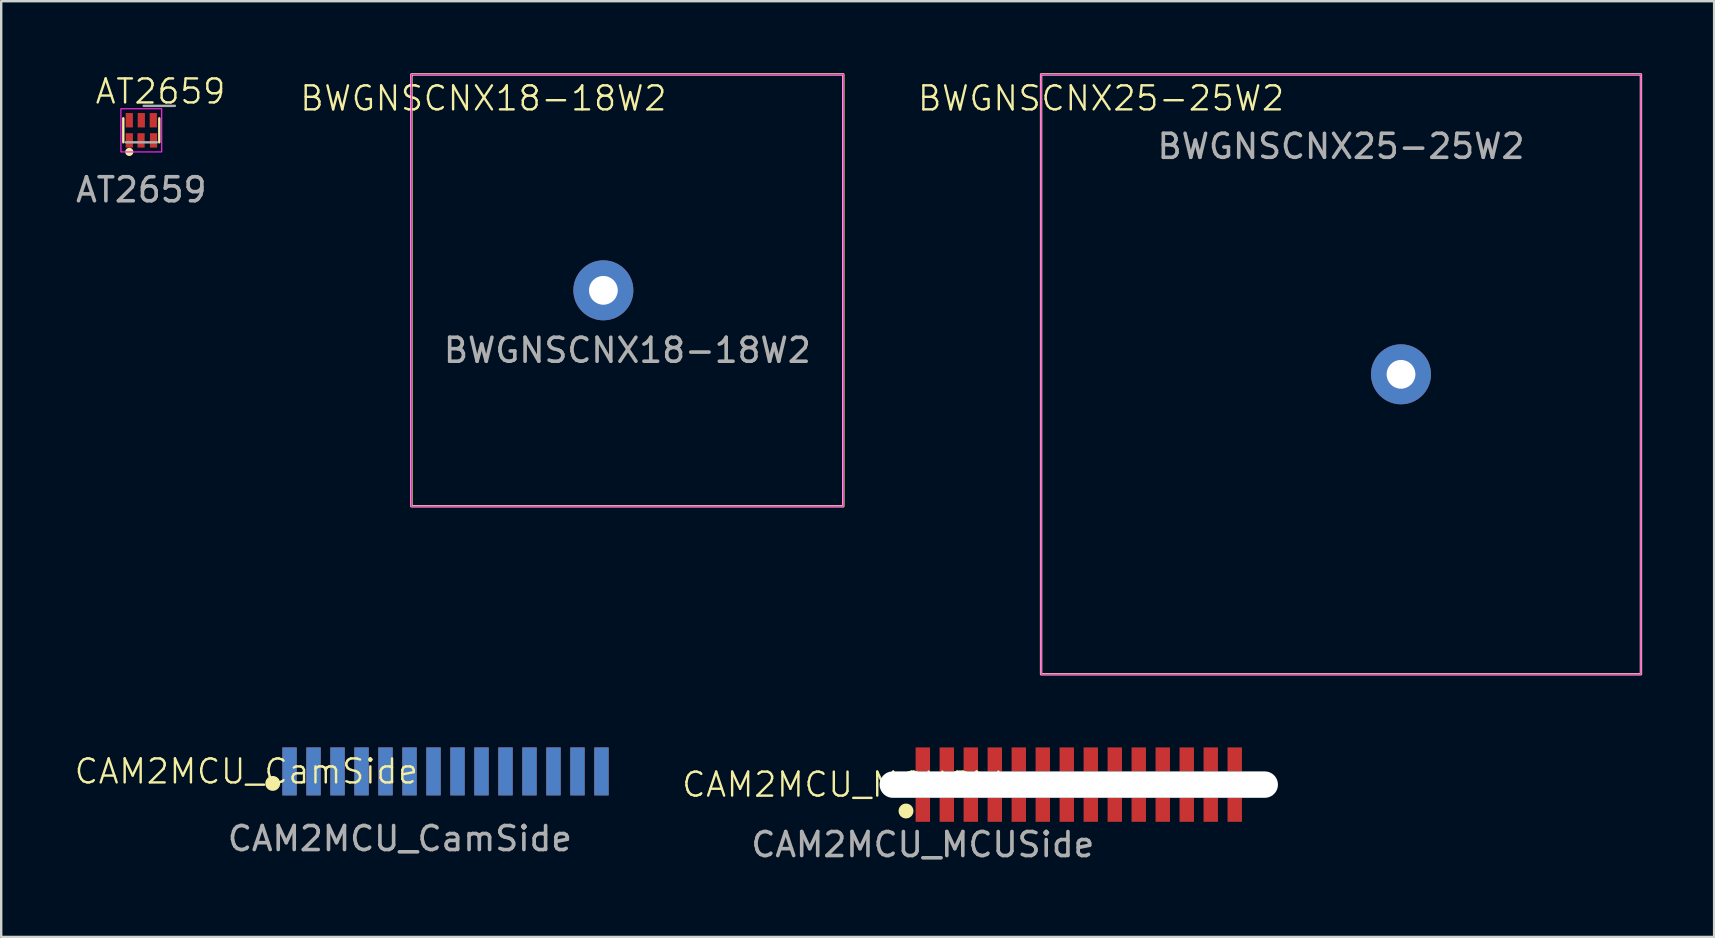
<source format=kicad_pcb>
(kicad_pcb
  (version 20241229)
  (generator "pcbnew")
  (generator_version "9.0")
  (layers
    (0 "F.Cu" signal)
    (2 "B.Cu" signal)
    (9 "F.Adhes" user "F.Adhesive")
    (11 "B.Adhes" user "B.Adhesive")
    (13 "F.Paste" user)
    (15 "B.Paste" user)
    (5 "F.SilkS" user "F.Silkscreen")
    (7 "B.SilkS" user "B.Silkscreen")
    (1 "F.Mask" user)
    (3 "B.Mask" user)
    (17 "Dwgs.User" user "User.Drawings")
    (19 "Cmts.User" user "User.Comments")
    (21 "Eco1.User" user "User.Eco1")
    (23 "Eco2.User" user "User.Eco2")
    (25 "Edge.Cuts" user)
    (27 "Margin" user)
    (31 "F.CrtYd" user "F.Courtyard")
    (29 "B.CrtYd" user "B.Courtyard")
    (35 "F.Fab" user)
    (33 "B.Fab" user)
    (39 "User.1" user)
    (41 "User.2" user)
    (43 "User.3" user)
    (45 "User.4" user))
  (footprint "AT2659"
    (layer "F.Cu")
    (at 2.839 2.361)
    (property "Reference" "AT2659" (at 0.8 -1.6 0) (unlocked yes) (layer "F.SilkS") (effects (font (size 1 1) (thickness 0.1))))
    (attr smd)
    (fp_line (start -0.75 -0.48) (end -0.75 0.52) (stroke (width 0.1) (type default)) (layer "F.SilkS"))
    (fp_line (start 0.75 -0.48) (end 0.75 0.52) (stroke (width 0.1) (type default)) (layer "F.SilkS"))
    (fp_circle (center -0.5 0.92) (end -0.38 0.92) (stroke (width 0.1) (type solid)) (fill yes) (layer "F.SilkS"))
    (fp_rect (start -0.85 -0.88) (end 0.85 0.92) (stroke (width 0.05) (type default)) (fill no) (layer "F.CrtYd"))
    (fp_line (start -0.65 0.52) (end 0.65 0.52) (stroke (width 0.1) (type default)) (layer "F.Fab"))
    (fp_line (start 0.1 -1) (end 1.4 -1) (stroke (width 0.1) (type default)) (layer "F.Fab"))
    (fp_text user "${REFERENCE}" (at 0 2.5 0) (unlocked yes) (layer "F.Fab") (effects (font (size 1 1) (thickness 0.15))))
    (pad "1" smd rect (at -0.5 0.44) (size 0.3 0.6) (layers "F.Cu" "F.Mask" "F.Paste"))
    (pad "2" smd rect (at -0.01 0.44) (size 0.3 0.6) (layers "F.Cu" "F.Mask" "F.Paste"))
    (pad "3" smd rect (at 0.51 0.44) (size 0.3 0.6) (layers "F.Cu" "F.Mask" "F.Paste"))
    (pad "4" smd rect (at 0.5 -0.4) (size 0.3 0.6) (layers "F.Cu" "F.Mask" "F.Paste"))
    (pad "5" smd rect (at 0 -0.4) (size 0.3 0.6) (layers "F.Cu" "F.Mask" "F.Paste"))
    (pad "6" smd rect (at -0.5 -0.4) (size 0.3 0.6) (layers "F.Cu" "F.Mask" "F.Paste")))
  (footprint "BWGNSCNX18-18W2"
    (layer "F.Cu")
    (at 23.096 9.05)
    (property "Reference" "BWGNSCNX18-18W2" (at -6 -8 0) (unlocked yes) (layer "F.SilkS") (effects (font (size 1 1) (thickness 0.1))))
    (attr through_hole)
    (fp_rect (start -9 -9) (end 9 9) (stroke (width 0.1) (type default)) (fill no) (layer "F.SilkS"))
    (fp_rect (start -9 -9) (end 9 9) (stroke (width 0.05) (type default)) (fill no) (layer "F.CrtYd"))
    (fp_text user "${REFERENCE}" (at 0 2.5 0) (unlocked yes) (layer "F.Fab") (effects (font (size 1 1) (thickness 0.15))))
    (pad "1" thru_hole circle (at -1 0) (size 2.5 2.5) (drill 1.2) (layers "*.Cu" "*.Mask")))
  (footprint "BWGNSCNX25-25W2"
    (layer "F.Cu")
    (at 52.839 12.55)
    (property "Reference" "BWGNSCNX25-25W2" (at -10 -11.5 0) (unlocked yes) (layer "F.SilkS") (effects (font (size 1 1) (thickness 0.1))))
    (attr smd)
    (fp_rect (start -12.5 -12.5) (end 12.5 12.5) (stroke (width 0.1) (type default)) (fill no) (layer "F.SilkS"))
    (fp_rect (start -12.5 -12.5) (end 12.5 12.5) (stroke (width 0.05) (type default)) (fill no) (layer "F.CrtYd"))
    (fp_text user "${REFERENCE}" (at 0 -9.5 0) (unlocked yes) (layer "F.Fab") (effects (font (size 1 1) (thickness 0.15))))
    (pad "1" thru_hole circle (at 2.5 0) (size 2.5 2.5) (drill 1.2) (layers "*.Cu" "*.Mask")))
  (footprint "CAM2MCU_CamSide"
    (layer "F.Cu")
    (at 9.017 29.1)
    (property "Reference" "CAM2MCU_CamSide" (at -1.8 0 0) (unlocked yes) (layer "F.SilkS") (effects (font (size 1 1) (thickness 0.1))))
    (attr smd)
    (fp_circle (center -0.7 0.5) (end -0.45 0.5) (stroke (width 0.12) (type solid)) (fill yes) (layer "F.SilkS"))
    (fp_text user "${REFERENCE}" (at 4.6 2.8 0) (unlocked yes) (layer "F.Fab") (effects (font (size 1 1) (thickness 0.15))))
    (pad "1" smd rect (at 0 0) (size 0.6 2) (layers "F.Cu" "F.Mask" "F.Paste"))
    (pad "1" smd rect (at 0 0 180) (size 0.6 2) (layers "B.Cu" "B.Mask" "B.Paste"))
    (pad "2" smd rect (at 1 0) (size 0.6 2) (layers "F.Cu" "F.Mask" "F.Paste"))
    (pad "2" smd rect (at 1 0 180) (size 0.6 2) (layers "B.Cu" "B.Mask" "B.Paste"))
    (pad "3" smd rect (at 2 0) (size 0.6 2) (layers "F.Cu" "F.Mask" "F.Paste"))
    (pad "3" smd rect (at 2 0 180) (size 0.6 2) (layers "B.Cu" "B.Mask" "B.Paste"))
    (pad "4" smd rect (at 3 0) (size 0.6 2) (layers "F.Cu" "F.Mask" "F.Paste"))
    (pad "4" smd rect (at 3 0 180) (size 0.6 2) (layers "B.Cu" "B.Mask" "B.Paste"))
    (pad "5" smd rect (at 4 0) (size 0.6 2) (layers "F.Cu" "F.Mask" "F.Paste"))
    (pad "5" smd rect (at 4 0 180) (size 0.6 2) (layers "B.Cu" "B.Mask" "B.Paste"))
    (pad "6" smd rect (at 5 0) (size 0.6 2) (layers "F.Cu" "F.Mask" "F.Paste"))
    (pad "6" smd rect (at 5 0 180) (size 0.6 2) (layers "B.Cu" "B.Mask" "B.Paste"))
    (pad "7" smd rect (at 6 0) (size 0.6 2) (layers "F.Cu" "F.Mask" "F.Paste"))
    (pad "7" smd rect (at 6 0 180) (size 0.6 2) (layers "B.Cu" "B.Mask" "B.Paste"))
    (pad "8" smd rect (at 7 0) (size 0.6 2) (layers "F.Cu" "F.Mask" "F.Paste"))
    (pad "8" smd rect (at 7 0 180) (size 0.6 2) (layers "B.Cu" "B.Mask" "B.Paste"))
    (pad "9" smd rect (at 8 0) (size 0.6 2) (layers "F.Cu" "F.Mask" "F.Paste"))
    (pad "9" smd rect (at 8 0 180) (size 0.6 2) (layers "B.Cu" "B.Mask" "B.Paste"))
    (pad "10" smd rect (at 9 0) (size 0.6 2) (layers "F.Cu" "F.Mask" "F.Paste"))
    (pad "10" smd rect (at 9 0 180) (size 0.6 2) (layers "B.Cu" "B.Mask" "B.Paste"))
    (pad "11" smd rect (at 10 0) (size 0.6 2) (layers "F.Cu" "F.Mask" "F.Paste"))
    (pad "11" smd rect (at 10 0 180) (size 0.6 2) (layers "B.Cu" "B.Mask" "B.Paste"))
    (pad "12" smd rect (at 11 0) (size 0.6 2) (layers "F.Cu" "F.Mask" "F.Paste"))
    (pad "12" smd rect (at 11 0 180) (size 0.6 2) (layers "B.Cu" "B.Mask" "B.Paste"))
    (pad "13" smd rect (at 12 0) (size 0.6 2) (layers "F.Cu" "F.Mask" "F.Paste"))
    (pad "13" smd rect (at 12 0 180) (size 0.6 2) (layers "B.Cu" "B.Mask" "B.Paste"))
    (pad "14" smd rect (at 13 0) (size 0.6 2) (layers "F.Cu" "F.Mask" "F.Paste"))
    (pad "14" smd rect (at 13 0 180) (size 0.6 2) (layers "B.Cu" "B.Mask" "B.Paste")))
  (footprint "CAM2MCU_MCUSide"
    (layer "F.Cu")
    (at 35.41 29.65)
    (property "Reference" "CAM2MCU_MCUSide" (at -2.9 0 0) (unlocked yes) (layer "F.SilkS") (effects (font (size 1 1) (thickness 0.1))))
    (attr smd)
    (fp_circle (center -0.7 1.1) (end -0.45 1.1) (stroke (width 0.12) (type solid)) (fill yes) (layer "F.SilkS"))
    (fp_text user "${REFERENCE}" (at 0 2.5 0) (unlocked yes) (layer "F.Fab") (effects (font (size 1 1) (thickness 0.15))))
    (pad "" np_thru_hole oval (at 6.5 0) (size 16.6 1.1) (drill oval 16.6 1.1) (layers "*.Cu" "*.Mask"))
    (pad "1" smd rect (at 0 -1.05) (size 0.6 1) (layers "F.Cu" "F.Mask" "F.Paste"))
    (pad "1" smd rect (at 0 1.05) (size 0.6 1) (layers "F.Cu" "F.Mask" "F.Paste"))
    (pad "2" smd rect (at 1 -1.05) (size 0.6 1) (layers "F.Cu" "F.Mask" "F.Paste"))
    (pad "2" smd rect (at 1 1.05) (size 0.6 1) (layers "F.Cu" "F.Mask" "F.Paste"))
    (pad "3" smd rect (at 2 -1.05) (size 0.6 1) (layers "F.Cu" "F.Mask" "F.Paste"))
    (pad "3" smd rect (at 2 1.05) (size 0.6 1) (layers "F.Cu" "F.Mask" "F.Paste"))
    (pad "4" smd rect (at 3 -1.05) (size 0.6 1) (layers "F.Cu" "F.Mask" "F.Paste"))
    (pad "4" smd rect (at 3 1.05) (size 0.6 1) (layers "F.Cu" "F.Mask" "F.Paste"))
    (pad "5" smd rect (at 4 -1.05) (size 0.6 1) (layers "F.Cu" "F.Mask" "F.Paste"))
    (pad "5" smd rect (at 4 1.05) (size 0.6 1) (layers "F.Cu" "F.Mask" "F.Paste"))
    (pad "6" smd rect (at 5 -1.05) (size 0.6 1) (layers "F.Cu" "F.Mask" "F.Paste"))
    (pad "6" smd rect (at 5 1.05) (size 0.6 1) (layers "F.Cu" "F.Mask" "F.Paste"))
    (pad "7" smd rect (at 6 -1.05) (size 0.6 1) (layers "F.Cu" "F.Mask" "F.Paste"))
    (pad "7" smd rect (at 6 1.05) (size 0.6 1) (layers "F.Cu" "F.Mask" "F.Paste"))
    (pad "8" smd rect (at 7 -1.05) (size 0.6 1) (layers "F.Cu" "F.Mask" "F.Paste"))
    (pad "8" smd rect (at 7 1.05) (size 0.6 1) (layers "F.Cu" "F.Mask" "F.Paste"))
    (pad "9" smd rect (at 8 -1.05) (size 0.6 1) (layers "F.Cu" "F.Mask" "F.Paste"))
    (pad "9" smd rect (at 8 1.05) (size 0.6 1) (layers "F.Cu" "F.Mask" "F.Paste"))
    (pad "10" smd rect (at 9 -1.05) (size 0.6 1) (layers "F.Cu" "F.Mask" "F.Paste"))
    (pad "10" smd rect (at 9 1.05) (size 0.6 1) (layers "F.Cu" "F.Mask" "F.Paste"))
    (pad "11" smd rect (at 10 -1.05) (size 0.6 1) (layers "F.Cu" "F.Mask" "F.Paste"))
    (pad "11" smd rect (at 10 1.05) (size 0.6 1) (layers "F.Cu" "F.Mask" "F.Paste"))
    (pad "12" smd rect (at 11 -1.05) (size 0.6 1) (layers "F.Cu" "F.Mask" "F.Paste"))
    (pad "12" smd rect (at 11 1.05) (size 0.6 1) (layers "F.Cu" "F.Mask" "F.Paste"))
    (pad "13" smd rect (at 12 -1.05) (size 0.6 1) (layers "F.Cu" "F.Mask" "F.Paste"))
    (pad "13" smd rect (at 12 1.05) (size 0.6 1) (layers "F.Cu" "F.Mask" "F.Paste"))
    (pad "14" smd rect (at 13 -1.05) (size 0.6 1) (layers "F.Cu" "F.Mask" "F.Paste"))
    (pad "14" smd rect (at 13 1.05) (size 0.6 1) (layers "F.Cu" "F.Mask" "F.Paste")))
  (gr_rect
    (start -3 -3)
    (end 68.389 35.998)
    (stroke (width 0.1) (type default))
    (fill no)
    (layer "Edge.Cuts")))
</source>
